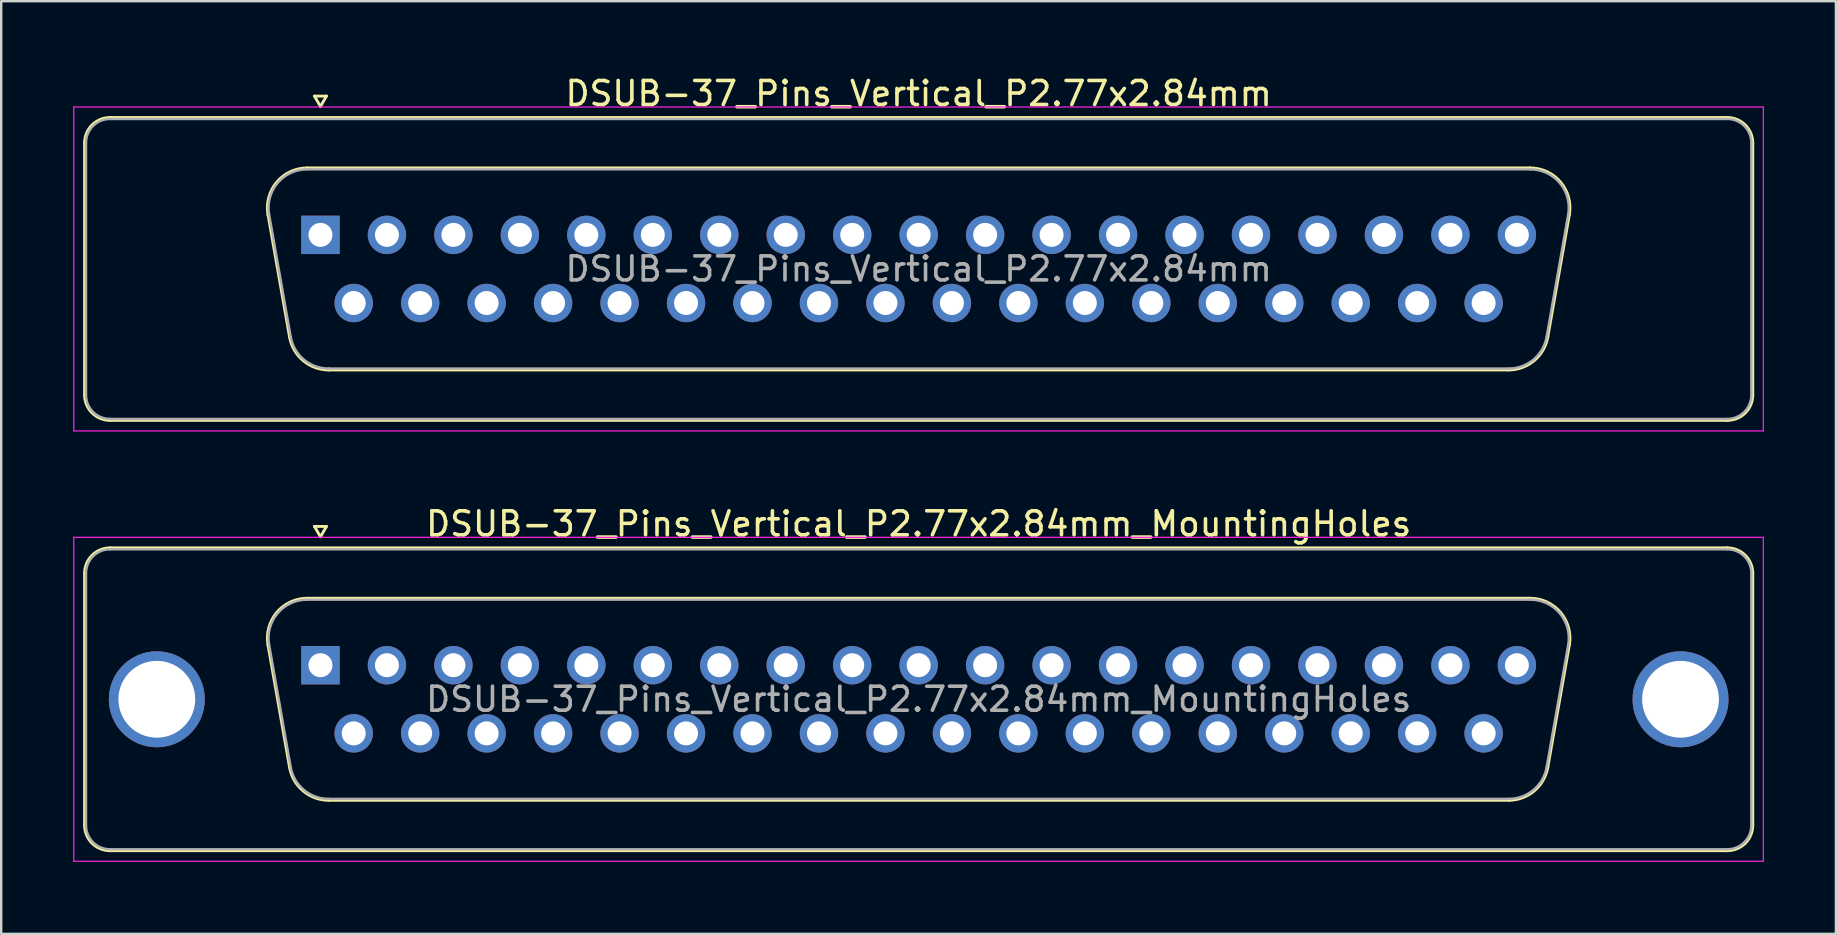
<source format=kicad_pcb>
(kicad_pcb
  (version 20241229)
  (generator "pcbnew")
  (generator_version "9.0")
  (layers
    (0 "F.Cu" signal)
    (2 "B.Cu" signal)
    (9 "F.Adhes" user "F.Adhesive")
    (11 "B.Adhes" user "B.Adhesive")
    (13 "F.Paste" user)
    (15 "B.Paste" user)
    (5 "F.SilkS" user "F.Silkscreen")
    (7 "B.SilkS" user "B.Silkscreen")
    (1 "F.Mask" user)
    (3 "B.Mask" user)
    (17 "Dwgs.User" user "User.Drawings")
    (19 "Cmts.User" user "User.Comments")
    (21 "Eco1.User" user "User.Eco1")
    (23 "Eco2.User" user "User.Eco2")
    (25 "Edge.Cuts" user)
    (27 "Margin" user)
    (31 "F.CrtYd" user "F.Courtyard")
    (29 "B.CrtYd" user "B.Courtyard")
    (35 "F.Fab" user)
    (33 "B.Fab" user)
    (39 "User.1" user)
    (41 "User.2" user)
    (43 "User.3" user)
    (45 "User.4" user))
  (footprint "DSUB-37_Pins_Vertical_P2.77x2.84mm"
    (layer "F.Cu")
    (at 10.305 6.738)
    (property "Reference" "DSUB-37_Pins_Vertical_P2.77x2.84mm" (at 24.93 -5.89 0) (layer "F.SilkS") (effects (font (size 1 1) (thickness 0.15))))
    (attr through_hole)
    (fp_line (start -9.83 6.67) (end -9.83 -3.83) (stroke (width 0.12) (type solid)) (layer "F.SilkS"))
    (fp_line (start -8.77 -4.89) (end 58.63 -4.89) (stroke (width 0.12) (type solid)) (layer "F.SilkS"))
    (fp_line (start -2.186 -0.842) (end -1.287 4.258) (stroke (width 0.12) (type solid)) (layer "F.SilkS"))
    (fp_line (start -0.552 -2.79) (end 50.412 -2.79) (stroke (width 0.12) (type solid)) (layer "F.SilkS"))
    (fp_line (start -0.25 -5.784) (end 0.25 -5.784) (stroke (width 0.12) (type solid)) (layer "F.SilkS"))
    (fp_line (start 0 -5.351) (end -0.25 -5.784) (stroke (width 0.12) (type solid)) (layer "F.SilkS"))
    (fp_line (start 0.25 -5.784) (end 0 -5.351) (stroke (width 0.12) (type solid)) (layer "F.SilkS"))
    (fp_line (start 0.348 5.63) (end 49.512 5.63) (stroke (width 0.12) (type solid)) (layer "F.SilkS"))
    (fp_line (start 52.046 -0.842) (end 51.147 4.258) (stroke (width 0.12) (type solid)) (layer "F.SilkS"))
    (fp_line (start 58.63 7.73) (end -8.77 7.73) (stroke (width 0.12) (type solid)) (layer "F.SilkS"))
    (fp_line (start 59.69 -3.83) (end 59.69 6.67) (stroke (width 0.12) (type solid)) (layer "F.SilkS"))
    (fp_arc (start -9.83 -3.83) (mid -9.519533 -4.579533) (end -8.77 -4.89) (stroke (width 0.12) (type solid)) (layer "F.SilkS"))
    (fp_arc (start -8.77 7.73) (mid -9.519533 7.419533) (end -9.83 6.67) (stroke (width 0.12) (type solid)) (layer "F.SilkS"))
    (fp_arc (start -2.18647 -0.841744) (mid -1.823323 -2.197027) (end -0.551689 -2.79) (stroke (width 0.12) (type solid)) (layer "F.SilkS"))
    (fp_arc (start 0.347579 5.63) (mid -0.719449 5.241634) (end -1.287202 4.258256) (stroke (width 0.12) (type solid)) (layer "F.SilkS"))
    (fp_arc (start 50.411689 -2.79) (mid 51.683323 -2.197027) (end 52.04647 -0.841744) (stroke (width 0.12) (type solid)) (layer "F.SilkS"))
    (fp_arc (start 51.147202 4.258256) (mid 50.579449 5.241634) (end 49.512421 5.63) (stroke (width 0.12) (type solid)) (layer "F.SilkS"))
    (fp_arc (start 58.63 -4.89) (mid 59.379533 -4.579533) (end 59.69 -3.83) (stroke (width 0.12) (type solid)) (layer "F.SilkS"))
    (fp_arc (start 59.69 6.67) (mid 59.379533 7.419533) (end 58.63 7.73) (stroke (width 0.12) (type solid)) (layer "F.SilkS"))
    (fp_line (start -10.28 -5.33) (end -10.28 8.17) (stroke (width 0.05) (type solid)) (layer "F.CrtYd"))
    (fp_line (start -10.28 8.17) (end 60.13 8.17) (stroke (width 0.05) (type solid)) (layer "F.CrtYd"))
    (fp_line (start 60.13 -5.33) (end -10.28 -5.33) (stroke (width 0.05) (type solid)) (layer "F.CrtYd"))
    (fp_line (start 60.13 8.17) (end 60.13 -5.33) (stroke (width 0.05) (type solid)) (layer "F.CrtYd"))
    (fp_line (start -9.77 6.67) (end -9.77 -3.83) (stroke (width 0.1) (type solid)) (layer "F.Fab"))
    (fp_line (start -8.77 -4.83) (end 58.63 -4.83) (stroke (width 0.1) (type solid)) (layer "F.Fab"))
    (fp_line (start -2.139 -0.852) (end -1.24 4.248) (stroke (width 0.1) (type solid)) (layer "F.Fab"))
    (fp_line (start -0.563 -2.73) (end 50.423 -2.73) (stroke (width 0.1) (type solid)) (layer "F.Fab"))
    (fp_line (start 0.336 5.57) (end 49.524 5.57) (stroke (width 0.1) (type solid)) (layer "F.Fab"))
    (fp_line (start 51.999 -0.852) (end 51.1 4.248) (stroke (width 0.1) (type solid)) (layer "F.Fab"))
    (fp_line (start 58.63 7.67) (end -8.77 7.67) (stroke (width 0.1) (type solid)) (layer "F.Fab"))
    (fp_line (start 59.63 -3.83) (end 59.63 6.67) (stroke (width 0.1) (type solid)) (layer "F.Fab"))
    (fp_arc (start -9.77 -3.83) (mid -9.477107 -4.537107) (end -8.77 -4.83) (stroke (width 0.1) (type solid)) (layer "F.Fab"))
    (fp_arc (start -8.77 7.67) (mid -9.477107 7.377107) (end -9.77 6.67) (stroke (width 0.1) (type solid)) (layer "F.Fab"))
    (fp_arc (start -2.138887 -0.852163) (mid -1.788865 -2.15846) (end -0.563194 -2.73) (stroke (width 0.1) (type solid)) (layer "F.Fab"))
    (fp_arc (start 0.336073 5.57) (mid -0.692387 5.195671) (end -1.239619 4.247837) (stroke (width 0.1) (type solid)) (layer "F.Fab"))
    (fp_arc (start 50.423194 -2.73) (mid 51.648865 -2.15846) (end 51.998887 -0.852163) (stroke (width 0.1) (type solid)) (layer "F.Fab"))
    (fp_arc (start 51.099619 4.247837) (mid 50.552387 5.195671) (end 49.523927 5.57) (stroke (width 0.1) (type solid)) (layer "F.Fab"))
    (fp_arc (start 58.63 -4.83) (mid 59.337107 -4.537107) (end 59.63 -3.83) (stroke (width 0.1) (type solid)) (layer "F.Fab"))
    (fp_arc (start 59.63 6.67) (mid 59.337107 7.377107) (end 58.63 7.67) (stroke (width 0.1) (type solid)) (layer "F.Fab"))
    (fp_text user "${REFERENCE}" (at 24.93 1.42 0) (layer "F.Fab") (effects (font (size 1 1) (thickness 0.15))))
    (pad "1" thru_hole rect (at 0 0) (size 1.6 1.6) (drill 1) (layers "*.Cu" "*.Mask"))
    (pad "2" thru_hole circle (at 2.77 0) (size 1.6 1.6) (drill 1) (layers "*.Cu" "*.Mask"))
    (pad "3" thru_hole circle (at 5.54 0) (size 1.6 1.6) (drill 1) (layers "*.Cu" "*.Mask"))
    (pad "4" thru_hole circle (at 8.31 0) (size 1.6 1.6) (drill 1) (layers "*.Cu" "*.Mask"))
    (pad "5" thru_hole circle (at 11.08 0) (size 1.6 1.6) (drill 1) (layers "*.Cu" "*.Mask"))
    (pad "6" thru_hole circle (at 13.85 0) (size 1.6 1.6) (drill 1) (layers "*.Cu" "*.Mask"))
    (pad "7" thru_hole circle (at 16.62 0) (size 1.6 1.6) (drill 1) (layers "*.Cu" "*.Mask"))
    (pad "8" thru_hole circle (at 19.39 0) (size 1.6 1.6) (drill 1) (layers "*.Cu" "*.Mask"))
    (pad "9" thru_hole circle (at 22.16 0) (size 1.6 1.6) (drill 1) (layers "*.Cu" "*.Mask"))
    (pad "10" thru_hole circle (at 24.93 0) (size 1.6 1.6) (drill 1) (layers "*.Cu" "*.Mask"))
    (pad "11" thru_hole circle (at 27.7 0) (size 1.6 1.6) (drill 1) (layers "*.Cu" "*.Mask"))
    (pad "12" thru_hole circle (at 30.47 0) (size 1.6 1.6) (drill 1) (layers "*.Cu" "*.Mask"))
    (pad "13" thru_hole circle (at 33.24 0) (size 1.6 1.6) (drill 1) (layers "*.Cu" "*.Mask"))
    (pad "14" thru_hole circle (at 36.01 0) (size 1.6 1.6) (drill 1) (layers "*.Cu" "*.Mask"))
    (pad "15" thru_hole circle (at 38.78 0) (size 1.6 1.6) (drill 1) (layers "*.Cu" "*.Mask"))
    (pad "16" thru_hole circle (at 41.55 0) (size 1.6 1.6) (drill 1) (layers "*.Cu" "*.Mask"))
    (pad "17" thru_hole circle (at 44.32 0) (size 1.6 1.6) (drill 1) (layers "*.Cu" "*.Mask"))
    (pad "18" thru_hole circle (at 47.09 0) (size 1.6 1.6) (drill 1) (layers "*.Cu" "*.Mask"))
    (pad "19" thru_hole circle (at 49.86 0) (size 1.6 1.6) (drill 1) (layers "*.Cu" "*.Mask"))
    (pad "20" thru_hole circle (at 1.385 2.84) (size 1.6 1.6) (drill 1) (layers "*.Cu" "*.Mask"))
    (pad "21" thru_hole circle (at 4.155 2.84) (size 1.6 1.6) (drill 1) (layers "*.Cu" "*.Mask"))
    (pad "22" thru_hole circle (at 6.925 2.84) (size 1.6 1.6) (drill 1) (layers "*.Cu" "*.Mask"))
    (pad "23" thru_hole circle (at 9.695 2.84) (size 1.6 1.6) (drill 1) (layers "*.Cu" "*.Mask"))
    (pad "24" thru_hole circle (at 12.465 2.84) (size 1.6 1.6) (drill 1) (layers "*.Cu" "*.Mask"))
    (pad "25" thru_hole circle (at 15.235 2.84) (size 1.6 1.6) (drill 1) (layers "*.Cu" "*.Mask"))
    (pad "26" thru_hole circle (at 18.005 2.84) (size 1.6 1.6) (drill 1) (layers "*.Cu" "*.Mask"))
    (pad "27" thru_hole circle (at 20.775 2.84) (size 1.6 1.6) (drill 1) (layers "*.Cu" "*.Mask"))
    (pad "28" thru_hole circle (at 23.545 2.84) (size 1.6 1.6) (drill 1) (layers "*.Cu" "*.Mask"))
    (pad "29" thru_hole circle (at 26.315 2.84) (size 1.6 1.6) (drill 1) (layers "*.Cu" "*.Mask"))
    (pad "30" thru_hole circle (at 29.085 2.84) (size 1.6 1.6) (drill 1) (layers "*.Cu" "*.Mask"))
    (pad "31" thru_hole circle (at 31.855 2.84) (size 1.6 1.6) (drill 1) (layers "*.Cu" "*.Mask"))
    (pad "32" thru_hole circle (at 34.625 2.84) (size 1.6 1.6) (drill 1) (layers "*.Cu" "*.Mask"))
    (pad "33" thru_hole circle (at 37.395 2.84) (size 1.6 1.6) (drill 1) (layers "*.Cu" "*.Mask"))
    (pad "34" thru_hole circle (at 40.165 2.84) (size 1.6 1.6) (drill 1) (layers "*.Cu" "*.Mask"))
    (pad "35" thru_hole circle (at 42.935 2.84) (size 1.6 1.6) (drill 1) (layers "*.Cu" "*.Mask"))
    (pad "36" thru_hole circle (at 45.705 2.84) (size 1.6 1.6) (drill 1) (layers "*.Cu" "*.Mask"))
    (pad "37" thru_hole circle (at 48.475 2.84) (size 1.6 1.6) (drill 1) (layers "*.Cu" "*.Mask")))
  (footprint "DSUB-37_Pins_Vertical_P2.77x2.84mm_MountingHoles"
    (layer "F.Cu")
    (at 10.305 24.672)
    (property "Reference" "DSUB-37_Pins_Vertical_P2.77x2.84mm_MountingHoles" (at 24.93 -5.89 0) (layer "F.SilkS") (effects (font (size 1 1) (thickness 0.15))))
    (attr through_hole)
    (fp_line (start -9.83 6.67) (end -9.83 -3.83) (stroke (width 0.12) (type solid)) (layer "F.SilkS"))
    (fp_line (start -8.77 -4.89) (end 58.63 -4.89) (stroke (width 0.12) (type solid)) (layer "F.SilkS"))
    (fp_line (start -2.186 -0.842) (end -1.287 4.258) (stroke (width 0.12) (type solid)) (layer "F.SilkS"))
    (fp_line (start -0.552 -2.79) (end 50.412 -2.79) (stroke (width 0.12) (type solid)) (layer "F.SilkS"))
    (fp_line (start -0.25 -5.784) (end 0.25 -5.784) (stroke (width 0.12) (type solid)) (layer "F.SilkS"))
    (fp_line (start 0 -5.351) (end -0.25 -5.784) (stroke (width 0.12) (type solid)) (layer "F.SilkS"))
    (fp_line (start 0.25 -5.784) (end 0 -5.351) (stroke (width 0.12) (type solid)) (layer "F.SilkS"))
    (fp_line (start 0.348 5.63) (end 49.512 5.63) (stroke (width 0.12) (type solid)) (layer "F.SilkS"))
    (fp_line (start 52.046 -0.842) (end 51.147 4.258) (stroke (width 0.12) (type solid)) (layer "F.SilkS"))
    (fp_line (start 58.63 7.73) (end -8.77 7.73) (stroke (width 0.12) (type solid)) (layer "F.SilkS"))
    (fp_line (start 59.69 -3.83) (end 59.69 6.67) (stroke (width 0.12) (type solid)) (layer "F.SilkS"))
    (fp_arc (start -9.83 -3.83) (mid -9.519533 -4.579533) (end -8.77 -4.89) (stroke (width 0.12) (type solid)) (layer "F.SilkS"))
    (fp_arc (start -8.77 7.73) (mid -9.519533 7.419533) (end -9.83 6.67) (stroke (width 0.12) (type solid)) (layer "F.SilkS"))
    (fp_arc (start -2.18647 -0.841744) (mid -1.823323 -2.197027) (end -0.551689 -2.79) (stroke (width 0.12) (type solid)) (layer "F.SilkS"))
    (fp_arc (start 0.347579 5.63) (mid -0.719449 5.241634) (end -1.287202 4.258256) (stroke (width 0.12) (type solid)) (layer "F.SilkS"))
    (fp_arc (start 50.411689 -2.79) (mid 51.683323 -2.197027) (end 52.04647 -0.841744) (stroke (width 0.12) (type solid)) (layer "F.SilkS"))
    (fp_arc (start 51.147202 4.258256) (mid 50.579449 5.241634) (end 49.512421 5.63) (stroke (width 0.12) (type solid)) (layer "F.SilkS"))
    (fp_arc (start 58.63 -4.89) (mid 59.379533 -4.579533) (end 59.69 -3.83) (stroke (width 0.12) (type solid)) (layer "F.SilkS"))
    (fp_arc (start 59.69 6.67) (mid 59.379533 7.419533) (end 58.63 7.73) (stroke (width 0.12) (type solid)) (layer "F.SilkS"))
    (fp_line (start -10.28 -5.33) (end -10.28 8.17) (stroke (width 0.05) (type solid)) (layer "F.CrtYd"))
    (fp_line (start -10.28 8.17) (end 60.13 8.17) (stroke (width 0.05) (type solid)) (layer "F.CrtYd"))
    (fp_line (start 60.13 -5.33) (end -10.28 -5.33) (stroke (width 0.05) (type solid)) (layer "F.CrtYd"))
    (fp_line (start 60.13 8.17) (end 60.13 -5.33) (stroke (width 0.05) (type solid)) (layer "F.CrtYd"))
    (fp_line (start -9.77 6.67) (end -9.77 -3.83) (stroke (width 0.1) (type solid)) (layer "F.Fab"))
    (fp_line (start -8.77 -4.83) (end 58.63 -4.83) (stroke (width 0.1) (type solid)) (layer "F.Fab"))
    (fp_line (start -2.139 -0.852) (end -1.24 4.248) (stroke (width 0.1) (type solid)) (layer "F.Fab"))
    (fp_line (start -0.563 -2.73) (end 50.423 -2.73) (stroke (width 0.1) (type solid)) (layer "F.Fab"))
    (fp_line (start 0.336 5.57) (end 49.524 5.57) (stroke (width 0.1) (type solid)) (layer "F.Fab"))
    (fp_line (start 51.999 -0.852) (end 51.1 4.248) (stroke (width 0.1) (type solid)) (layer "F.Fab"))
    (fp_line (start 58.63 7.67) (end -8.77 7.67) (stroke (width 0.1) (type solid)) (layer "F.Fab"))
    (fp_line (start 59.63 -3.83) (end 59.63 6.67) (stroke (width 0.1) (type solid)) (layer "F.Fab"))
    (fp_arc (start -9.77 -3.83) (mid -9.477107 -4.537107) (end -8.77 -4.83) (stroke (width 0.1) (type solid)) (layer "F.Fab"))
    (fp_arc (start -8.77 7.67) (mid -9.477107 7.377107) (end -9.77 6.67) (stroke (width 0.1) (type solid)) (layer "F.Fab"))
    (fp_arc (start -2.138887 -0.852163) (mid -1.788865 -2.15846) (end -0.563194 -2.73) (stroke (width 0.1) (type solid)) (layer "F.Fab"))
    (fp_arc (start 0.336073 5.57) (mid -0.692387 5.195671) (end -1.239619 4.247837) (stroke (width 0.1) (type solid)) (layer "F.Fab"))
    (fp_arc (start 50.423194 -2.73) (mid 51.648865 -2.15846) (end 51.998887 -0.852163) (stroke (width 0.1) (type solid)) (layer "F.Fab"))
    (fp_arc (start 51.099619 4.247837) (mid 50.552387 5.195671) (end 49.523927 5.57) (stroke (width 0.1) (type solid)) (layer "F.Fab"))
    (fp_arc (start 58.63 -4.83) (mid 59.337107 -4.537107) (end 59.63 -3.83) (stroke (width 0.1) (type solid)) (layer "F.Fab"))
    (fp_arc (start 59.63 6.67) (mid 59.337107 7.377107) (end 58.63 7.67) (stroke (width 0.1) (type solid)) (layer "F.Fab"))
    (fp_text user "${REFERENCE}" (at 24.93 1.42 0) (layer "F.Fab") (effects (font (size 1 1) (thickness 0.15))))
    (pad "0" thru_hole circle (at -6.82 1.42) (size 4 4) (drill 3.2) (layers "*.Cu" "*.Mask"))
    (pad "0" thru_hole circle (at 56.68 1.42) (size 4 4) (drill 3.2) (layers "*.Cu" "*.Mask"))
    (pad "1" thru_hole rect (at 0 0) (size 1.6 1.6) (drill 1) (layers "*.Cu" "*.Mask"))
    (pad "2" thru_hole circle (at 2.77 0) (size 1.6 1.6) (drill 1) (layers "*.Cu" "*.Mask"))
    (pad "3" thru_hole circle (at 5.54 0) (size 1.6 1.6) (drill 1) (layers "*.Cu" "*.Mask"))
    (pad "4" thru_hole circle (at 8.31 0) (size 1.6 1.6) (drill 1) (layers "*.Cu" "*.Mask"))
    (pad "5" thru_hole circle (at 11.08 0) (size 1.6 1.6) (drill 1) (layers "*.Cu" "*.Mask"))
    (pad "6" thru_hole circle (at 13.85 0) (size 1.6 1.6) (drill 1) (layers "*.Cu" "*.Mask"))
    (pad "7" thru_hole circle (at 16.62 0) (size 1.6 1.6) (drill 1) (layers "*.Cu" "*.Mask"))
    (pad "8" thru_hole circle (at 19.39 0) (size 1.6 1.6) (drill 1) (layers "*.Cu" "*.Mask"))
    (pad "9" thru_hole circle (at 22.16 0) (size 1.6 1.6) (drill 1) (layers "*.Cu" "*.Mask"))
    (pad "10" thru_hole circle (at 24.93 0) (size 1.6 1.6) (drill 1) (layers "*.Cu" "*.Mask"))
    (pad "11" thru_hole circle (at 27.7 0) (size 1.6 1.6) (drill 1) (layers "*.Cu" "*.Mask"))
    (pad "12" thru_hole circle (at 30.47 0) (size 1.6 1.6) (drill 1) (layers "*.Cu" "*.Mask"))
    (pad "13" thru_hole circle (at 33.24 0) (size 1.6 1.6) (drill 1) (layers "*.Cu" "*.Mask"))
    (pad "14" thru_hole circle (at 36.01 0) (size 1.6 1.6) (drill 1) (layers "*.Cu" "*.Mask"))
    (pad "15" thru_hole circle (at 38.78 0) (size 1.6 1.6) (drill 1) (layers "*.Cu" "*.Mask"))
    (pad "16" thru_hole circle (at 41.55 0) (size 1.6 1.6) (drill 1) (layers "*.Cu" "*.Mask"))
    (pad "17" thru_hole circle (at 44.32 0) (size 1.6 1.6) (drill 1) (layers "*.Cu" "*.Mask"))
    (pad "18" thru_hole circle (at 47.09 0) (size 1.6 1.6) (drill 1) (layers "*.Cu" "*.Mask"))
    (pad "19" thru_hole circle (at 49.86 0) (size 1.6 1.6) (drill 1) (layers "*.Cu" "*.Mask"))
    (pad "20" thru_hole circle (at 1.385 2.84) (size 1.6 1.6) (drill 1) (layers "*.Cu" "*.Mask"))
    (pad "21" thru_hole circle (at 4.155 2.84) (size 1.6 1.6) (drill 1) (layers "*.Cu" "*.Mask"))
    (pad "22" thru_hole circle (at 6.925 2.84) (size 1.6 1.6) (drill 1) (layers "*.Cu" "*.Mask"))
    (pad "23" thru_hole circle (at 9.695 2.84) (size 1.6 1.6) (drill 1) (layers "*.Cu" "*.Mask"))
    (pad "24" thru_hole circle (at 12.465 2.84) (size 1.6 1.6) (drill 1) (layers "*.Cu" "*.Mask"))
    (pad "25" thru_hole circle (at 15.235 2.84) (size 1.6 1.6) (drill 1) (layers "*.Cu" "*.Mask"))
    (pad "26" thru_hole circle (at 18.005 2.84) (size 1.6 1.6) (drill 1) (layers "*.Cu" "*.Mask"))
    (pad "27" thru_hole circle (at 20.775 2.84) (size 1.6 1.6) (drill 1) (layers "*.Cu" "*.Mask"))
    (pad "28" thru_hole circle (at 23.545 2.84) (size 1.6 1.6) (drill 1) (layers "*.Cu" "*.Mask"))
    (pad "29" thru_hole circle (at 26.315 2.84) (size 1.6 1.6) (drill 1) (layers "*.Cu" "*.Mask"))
    (pad "30" thru_hole circle (at 29.085 2.84) (size 1.6 1.6) (drill 1) (layers "*.Cu" "*.Mask"))
    (pad "31" thru_hole circle (at 31.855 2.84) (size 1.6 1.6) (drill 1) (layers "*.Cu" "*.Mask"))
    (pad "32" thru_hole circle (at 34.625 2.84) (size 1.6 1.6) (drill 1) (layers "*.Cu" "*.Mask"))
    (pad "33" thru_hole circle (at 37.395 2.84) (size 1.6 1.6) (drill 1) (layers "*.Cu" "*.Mask"))
    (pad "34" thru_hole circle (at 40.165 2.84) (size 1.6 1.6) (drill 1) (layers "*.Cu" "*.Mask"))
    (pad "35" thru_hole circle (at 42.935 2.84) (size 1.6 1.6) (drill 1) (layers "*.Cu" "*.Mask"))
    (pad "36" thru_hole circle (at 45.705 2.84) (size 1.6 1.6) (drill 1) (layers "*.Cu" "*.Mask"))
    (pad "37" thru_hole circle (at 48.475 2.84) (size 1.6 1.6) (drill 1) (layers "*.Cu" "*.Mask")))
  (gr_rect
    (start -3 -3)
    (end 73.46 35.867)
    (stroke (width 0.1) (type default))
    (fill no)
    (layer "Edge.Cuts")))
</source>
